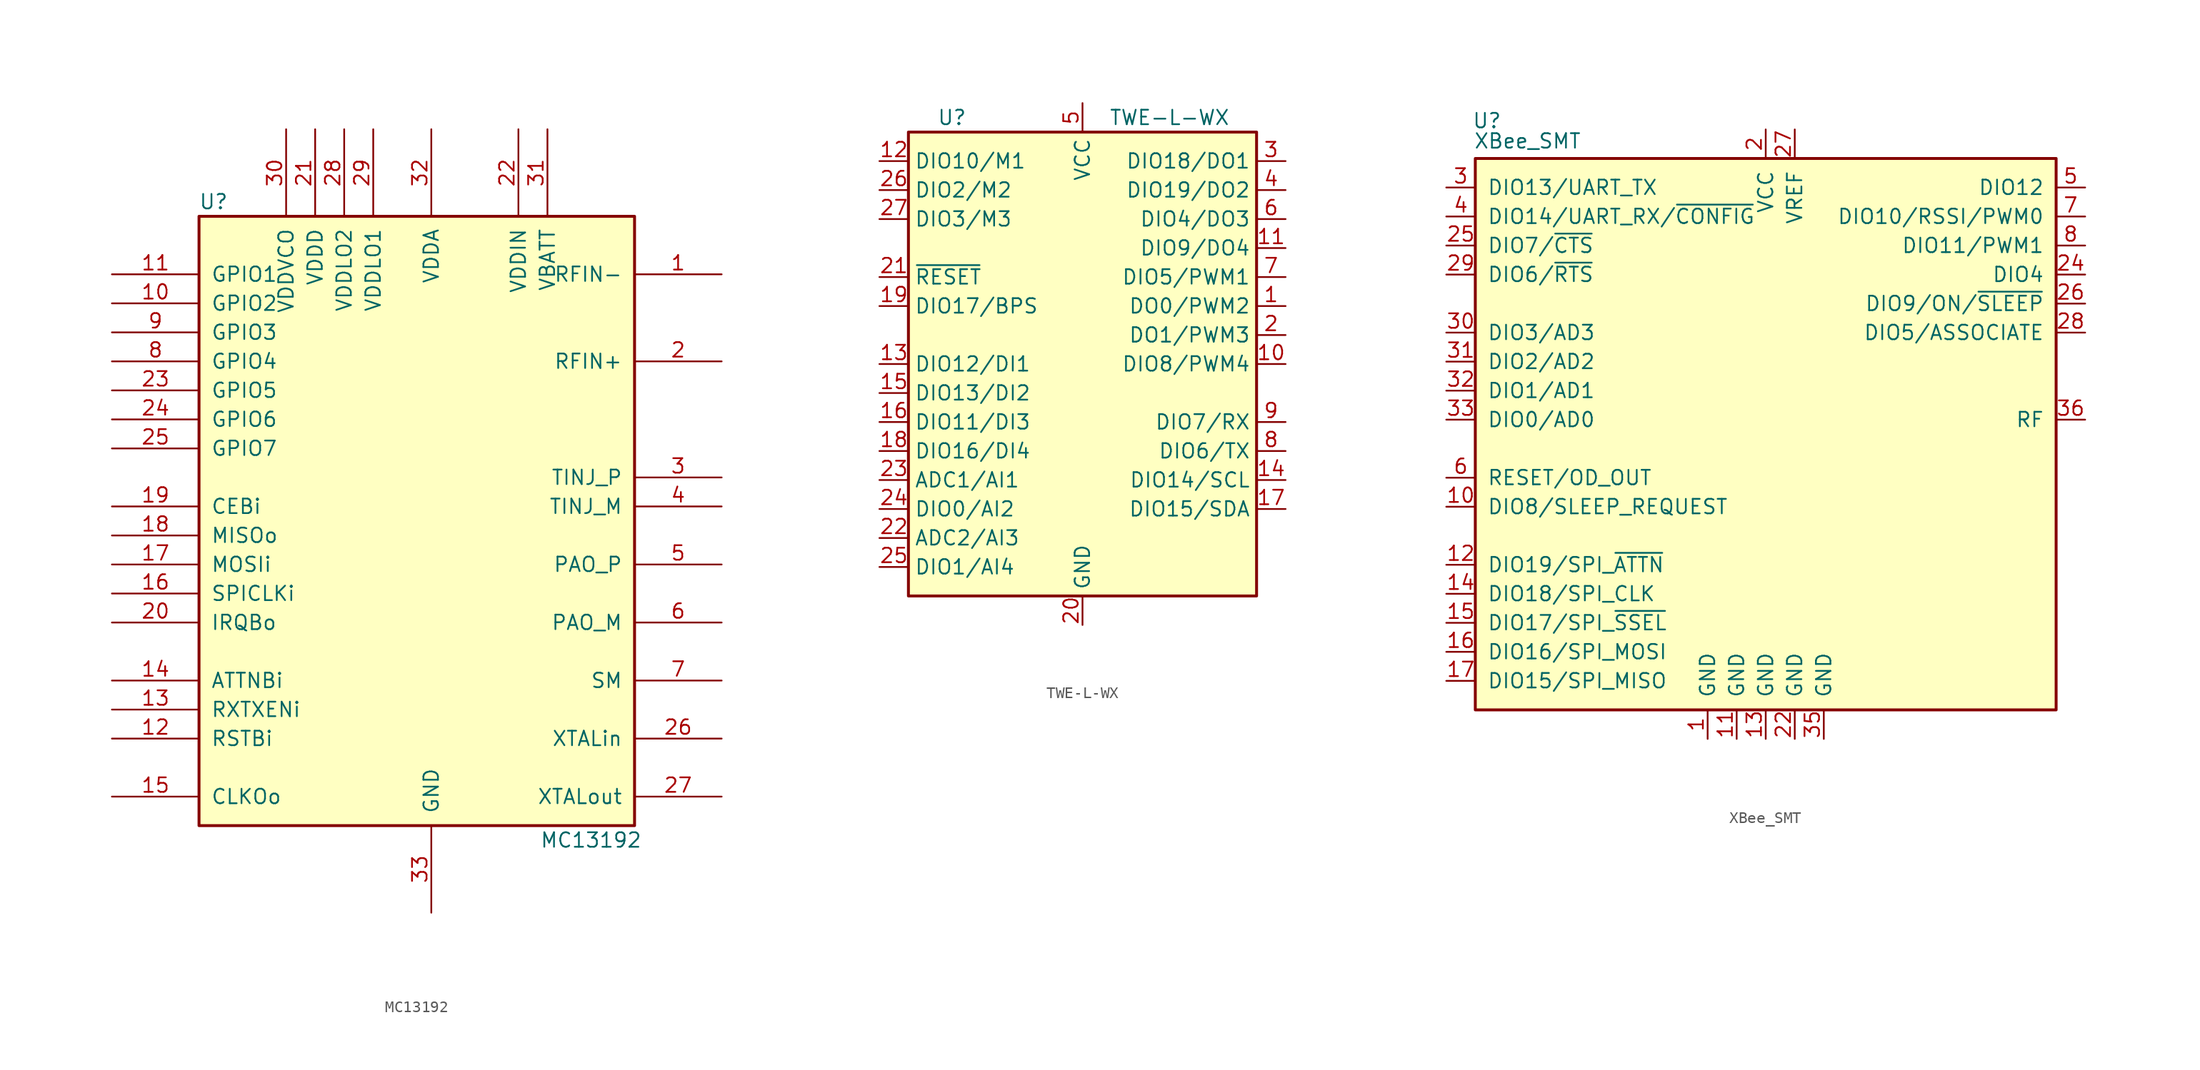
<source format=kicad_sym>
(kicad_symbol_lib
  (version 20201005)
  (generator kicad_symbol_editor)
  (symbol "MC13192"
    (pin_names
      (offset 1.016))
    (property "Reference" "U"
      (at -19.05 26.67 0)
      (effects (font (size 1.27 1.27))))
    (property "Value" "MC13192"
      (at 13.97 -29.21 0)
      (effects (font (size 1.27 1.27))))
    (symbol "MC13192_0_1"
      (rectangle (start -20.32 25.4) (end 17.78 -27.94) (stroke (width 0.254)) (fill (type background))))
    (symbol "MC13192_1_1"
      (pin input line (at 25.4 20.32 180) (length 7.62) (name "RFIN-" (effects (font (size 1.27 1.27)))) (number "1" (effects (font (size 1.27 1.27)))))
      (pin bidirectional line (at -27.94 17.78 0) (length 7.62) (name "GPIO2" (effects (font (size 1.27 1.27)))) (number "10" (effects (font (size 1.27 1.27)))))
      (pin bidirectional line (at -27.94 20.32 0) (length 7.62) (name "GPIO1" (effects (font (size 1.27 1.27)))) (number "11" (effects (font (size 1.27 1.27)))))
      (pin input line (at -27.94 -20.32 0) (length 7.62) (name "RSTBi" (effects (font (size 1.27 1.27)))) (number "12" (effects (font (size 1.27 1.27)))))
      (pin input line (at -27.94 -17.78 0) (length 7.62) (name "RXTXENi" (effects (font (size 1.27 1.27)))) (number "13" (effects (font (size 1.27 1.27)))))
      (pin input line (at -27.94 -15.24 0) (length 7.62) (name "ATTNBi" (effects (font (size 1.27 1.27)))) (number "14" (effects (font (size 1.27 1.27)))))
      (pin output line (at -27.94 -25.4 0) (length 7.62) (name "CLKOo" (effects (font (size 1.27 1.27)))) (number "15" (effects (font (size 1.27 1.27)))))
      (pin input line (at -27.94 -7.62 0) (length 7.62) (name "SPICLKi" (effects (font (size 1.27 1.27)))) (number "16" (effects (font (size 1.27 1.27)))))
      (pin input line (at -27.94 -5.08 0) (length 7.62) (name "MOSIi" (effects (font (size 1.27 1.27)))) (number "17" (effects (font (size 1.27 1.27)))))
      (pin tri_state line (at -27.94 -2.54 0) (length 7.62) (name "MISOo" (effects (font (size 1.27 1.27)))) (number "18" (effects (font (size 1.27 1.27)))))
      (pin input line (at -27.94 0 0) (length 7.62) (name "CEBi" (effects (font (size 1.27 1.27)))) (number "19" (effects (font (size 1.27 1.27)))))
      (pin input line (at 25.4 12.7 180) (length 7.62) (name "RFIN+" (effects (font (size 1.27 1.27)))) (number "2" (effects (font (size 1.27 1.27)))))
      (pin open_collector line (at -27.94 -10.16 0) (length 7.62) (name "IRQBo" (effects (font (size 1.27 1.27)))) (number "20" (effects (font (size 1.27 1.27)))))
      (pin power_out line (at -10.16 33.02 270) (length 7.62) (name "VDDD" (effects (font (size 1.27 1.27)))) (number "21" (effects (font (size 1.27 1.27)))))
      (pin power_in line (at 7.62 33.02 270) (length 7.62) (name "VDDIN" (effects (font (size 1.27 1.27)))) (number "22" (effects (font (size 1.27 1.27)))))
      (pin bidirectional line (at -27.94 10.16 0) (length 7.62) (name "GPIO5" (effects (font (size 1.27 1.27)))) (number "23" (effects (font (size 1.27 1.27)))))
      (pin bidirectional line (at -27.94 7.62 0) (length 7.62) (name "GPIO6" (effects (font (size 1.27 1.27)))) (number "24" (effects (font (size 1.27 1.27)))))
      (pin bidirectional line (at -27.94 5.08 0) (length 7.62) (name "GPIO7" (effects (font (size 1.27 1.27)))) (number "25" (effects (font (size 1.27 1.27)))))
      (pin input line (at 25.4 -20.32 180) (length 7.62) (name "XTALin" (effects (font (size 1.27 1.27)))) (number "26" (effects (font (size 1.27 1.27)))))
      (pin output line (at 25.4 -25.4 180) (length 7.62) (name "XTALout" (effects (font (size 1.27 1.27)))) (number "27" (effects (font (size 1.27 1.27)))))
      (pin power_in line (at -7.62 33.02 270) (length 7.62) (name "VDDLO2" (effects (font (size 1.27 1.27)))) (number "28" (effects (font (size 1.27 1.27)))))
      (pin power_in line (at -5.08 33.02 270) (length 7.62) (name "VDDLO1" (effects (font (size 1.27 1.27)))) (number "29" (effects (font (size 1.27 1.27)))))
      (pin input line (at 25.4 2.54 180) (length 7.62) (name "TINJ_P" (effects (font (size 1.27 1.27)))) (number "3" (effects (font (size 1.27 1.27)))))
      (pin power_out line (at -12.7 33.02 270) (length 7.62) (name "VDDVCO" (effects (font (size 1.27 1.27)))) (number "30" (effects (font (size 1.27 1.27)))))
      (pin input line (at 10.16 33.02 270) (length 7.62) (name "VBATT" (effects (font (size 1.27 1.27)))) (number "31" (effects (font (size 1.27 1.27)))))
      (pin power_out line (at 0 33.02 270) (length 7.62) (name "VDDA" (effects (font (size 1.27 1.27)))) (number "32" (effects (font (size 1.27 1.27)))))
      (pin power_in line (at 0 -35.56 90) (length 7.62) (name "GND" (effects (font (size 1.27 1.27)))) (number "33" (effects (font (size 1.27 1.27)))))
      (pin input line (at 25.4 0 180) (length 7.62) (name "TINJ_M" (effects (font (size 1.27 1.27)))) (number "4" (effects (font (size 1.27 1.27)))))
      (pin open_collector line (at 25.4 -5.08 180) (length 7.62) (name "PAO_P" (effects (font (size 1.27 1.27)))) (number "5" (effects (font (size 1.27 1.27)))))
      (pin open_collector line (at 25.4 -10.16 180) (length 7.62) (name "PAO_M" (effects (font (size 1.27 1.27)))) (number "6" (effects (font (size 1.27 1.27)))))
      (pin input line (at 25.4 -15.24 180) (length 7.62) (name "SM" (effects (font (size 1.27 1.27)))) (number "7" (effects (font (size 1.27 1.27)))))
      (pin bidirectional line (at -27.94 12.7 0) (length 7.62) (name "GPIO4" (effects (font (size 1.27 1.27)))) (number "8" (effects (font (size 1.27 1.27)))))
      (pin bidirectional line (at -27.94 15.24 0) (length 7.62) (name "GPIO3" (effects (font (size 1.27 1.27)))) (number "9" (effects (font (size 1.27 1.27)))))))
  (symbol "TWE-L-WX"
    (property "Reference" "U"
      (at -11.43 21.59 0)
      (effects (font (size 1.27 1.27))))
    (property "Value" "TWE-L-WX"
      (at 7.62 21.59 0)
      (effects (font (size 1.27 1.27))))
    (symbol "TWE-L-WX_1_0"
      (rectangle (start -15.24 -20.32) (end 15.24 20.32) (stroke (width 0.254)) (fill (type background))))
    (symbol "TWE-L-WX_1_1"
      (pin output line (at 17.78 5.08 180) (length 2.54) (name "DO0/PWM2" (effects (font (size 1.27 1.27)))) (number "1" (effects (font (size 1.27 1.27)))))
      (pin bidirectional line (at 17.78 0 180) (length 2.54) (name "DIO8/PWM4" (effects (font (size 1.27 1.27)))) (number "10" (effects (font (size 1.27 1.27)))))
      (pin bidirectional line (at 17.78 10.16 180) (length 2.54) (name "DIO9/DO4" (effects (font (size 1.27 1.27)))) (number "11" (effects (font (size 1.27 1.27)))))
      (pin bidirectional line (at -17.78 17.78 0) (length 2.54) (name "DIO10/M1" (effects (font (size 1.27 1.27)))) (number "12" (effects (font (size 1.27 1.27)))))
      (pin bidirectional line (at -17.78 0 0) (length 2.54) (name "DIO12/DI1" (effects (font (size 1.27 1.27)))) (number "13" (effects (font (size 1.27 1.27)))))
      (pin bidirectional line (at 17.78 -10.16 180) (length 2.54) (name "DIO14/SCL" (effects (font (size 1.27 1.27)))) (number "14" (effects (font (size 1.27 1.27)))))
      (pin bidirectional line (at -17.78 -2.54 0) (length 2.54) (name "DIO13/DI2" (effects (font (size 1.27 1.27)))) (number "15" (effects (font (size 1.27 1.27)))))
      (pin bidirectional line (at -17.78 -5.08 0) (length 2.54) (name "DIO11/DI3" (effects (font (size 1.27 1.27)))) (number "16" (effects (font (size 1.27 1.27)))))
      (pin bidirectional line (at 17.78 -12.7 180) (length 2.54) (name "DIO15/SDA" (effects (font (size 1.27 1.27)))) (number "17" (effects (font (size 1.27 1.27)))))
      (pin bidirectional line (at -17.78 -7.62 0) (length 2.54) (name "DIO16/DI4" (effects (font (size 1.27 1.27)))) (number "18" (effects (font (size 1.27 1.27)))))
      (pin bidirectional line (at -17.78 5.08 0) (length 2.54) (name "DIO17/BPS" (effects (font (size 1.27 1.27)))) (number "19" (effects (font (size 1.27 1.27)))))
      (pin bidirectional line (at 17.78 2.54 180) (length 2.54) (name "DO1/PWM3" (effects (font (size 1.27 1.27)))) (number "2" (effects (font (size 1.27 1.27)))))
      (pin power_in line (at 0 -22.86 90) (length 2.54) (name "GND" (effects (font (size 1.27 1.27)))) (number "20" (effects (font (size 1.27 1.27)))))
      (pin input line (at -17.78 7.62 0) (length 2.54) (name "~RESET" (effects (font (size 1.27 1.27)))) (number "21" (effects (font (size 1.27 1.27)))))
      (pin input line (at -17.78 -15.24 0) (length 2.54) (name "ADC2/AI3" (effects (font (size 1.27 1.27)))) (number "22" (effects (font (size 1.27 1.27)))))
      (pin input line (at -17.78 -10.16 0) (length 2.54) (name "ADC1/AI1" (effects (font (size 1.27 1.27)))) (number "23" (effects (font (size 1.27 1.27)))))
      (pin bidirectional line (at -17.78 -12.7 0) (length 2.54) (name "DIO0/AI2" (effects (font (size 1.27 1.27)))) (number "24" (effects (font (size 1.27 1.27)))))
      (pin bidirectional line (at -17.78 -17.78 0) (length 2.54) (name "DIO1/AI4" (effects (font (size 1.27 1.27)))) (number "25" (effects (font (size 1.27 1.27)))))
      (pin bidirectional line (at -17.78 15.24 0) (length 2.54) (name "DIO2/M2" (effects (font (size 1.27 1.27)))) (number "26" (effects (font (size 1.27 1.27)))))
      (pin bidirectional line (at -17.78 12.7 0) (length 2.54) (name "DIO3/M3" (effects (font (size 1.27 1.27)))) (number "27" (effects (font (size 1.27 1.27)))))
      (pin passive line (at 0 -22.86 90) (length 2.54) hide (name "GND" (effects (font (size 1.27 1.27)))) (number "28" (effects (font (size 1.27 1.27)))))
      (pin no_connect line (at 15.24 -17.78 180) (length 2.54) hide (name "NC" (effects (font (size 1.27 1.27)))) (number "29" (effects (font (size 1.27 1.27)))))
      (pin bidirectional line (at 17.78 17.78 180) (length 2.54) (name "DIO18/DO1" (effects (font (size 1.27 1.27)))) (number "3" (effects (font (size 1.27 1.27)))))
      (pin passive line (at 0 -22.86 90) (length 2.54) hide (name "GND" (effects (font (size 1.27 1.27)))) (number "30" (effects (font (size 1.27 1.27)))))
      (pin passive line (at 0 -22.86 90) (length 2.54) hide (name "GND" (effects (font (size 1.27 1.27)))) (number "31" (effects (font (size 1.27 1.27)))))
      (pin passive line (at 0 -22.86 90) (length 2.54) hide (name "GND" (effects (font (size 1.27 1.27)))) (number "32" (effects (font (size 1.27 1.27)))))
      (pin bidirectional line (at 17.78 15.24 180) (length 2.54) (name "DIO19/DO2" (effects (font (size 1.27 1.27)))) (number "4" (effects (font (size 1.27 1.27)))))
      (pin power_in line (at 0 22.86 270) (length 2.54) (name "VCC" (effects (font (size 1.27 1.27)))) (number "5" (effects (font (size 1.27 1.27)))))
      (pin bidirectional line (at 17.78 12.7 180) (length 2.54) (name "DIO4/DO3" (effects (font (size 1.27 1.27)))) (number "6" (effects (font (size 1.27 1.27)))))
      (pin bidirectional line (at 17.78 7.62 180) (length 2.54) (name "DIO5/PWM1" (effects (font (size 1.27 1.27)))) (number "7" (effects (font (size 1.27 1.27)))))
      (pin bidirectional line (at 17.78 -7.62 180) (length 2.54) (name "DIO6/TX" (effects (font (size 1.27 1.27)))) (number "8" (effects (font (size 1.27 1.27)))))
      (pin bidirectional line (at 17.78 -5.08 180) (length 2.54) (name "DIO7/RX" (effects (font (size 1.27 1.27)))) (number "9" (effects (font (size 1.27 1.27)))))))
  (symbol "XBee_SMT"
    (pin_names
      (offset 1.016))
    (property "Reference" "U"
      (at -24.384 26.162 0)
      (effects (font (size 1.27 1.27))))
    (property "Value" "XBee_SMT"
      (at -20.828 24.384 0)
      (effects (font (size 1.27 1.27))))
    (symbol "XBee_SMT_0_1"
      (rectangle (start -25.4 22.86) (end 25.4 -25.4) (stroke (width 0.254)) (fill (type background))))
    (symbol "XBee_SMT_1_1"
      (pin power_in line (at -5.08 -27.94 90) (length 2.54) (name "GND" (effects (font (size 1.27 1.27)))) (number "1" (effects (font (size 1.27 1.27)))))
      (pin bidirectional line (at -27.94 -7.62 0) (length 2.54) (name "DIO8/SLEEP_REQUEST" (effects (font (size 1.27 1.27)))) (number "10" (effects (font (size 1.27 1.27)))))
      (pin power_in line (at -2.54 -27.94 90) (length 2.54) (name "GND" (effects (font (size 1.27 1.27)))) (number "11" (effects (font (size 1.27 1.27)))))
      (pin output line (at -27.94 -12.7 0) (length 2.54) (name "DIO19/SPI_~ATTN" (effects (font (size 1.27 1.27)))) (number "12" (effects (font (size 1.27 1.27)))))
      (pin power_in line (at 0 -27.94 90) (length 2.54) (name "GND" (effects (font (size 1.27 1.27)))) (number "13" (effects (font (size 1.27 1.27)))))
      (pin input line (at -27.94 -15.24 0) (length 2.54) (name "DIO18/SPI_CLK" (effects (font (size 1.27 1.27)))) (number "14" (effects (font (size 1.27 1.27)))))
      (pin input line (at -27.94 -17.78 0) (length 2.54) (name "DIO17/SPI_~SSEL" (effects (font (size 1.27 1.27)))) (number "15" (effects (font (size 1.27 1.27)))))
      (pin input line (at -27.94 -20.32 0) (length 2.54) (name "DIO16/SPI_MOSI" (effects (font (size 1.27 1.27)))) (number "16" (effects (font (size 1.27 1.27)))))
      (pin output line (at -27.94 -22.86 0) (length 2.54) (name "DIO15/SPI_MISO" (effects (font (size 1.27 1.27)))) (number "17" (effects (font (size 1.27 1.27)))))
      (pin no_connect line (at 25.4 -20.32 180) (length 2.54) hide (name "NC" (effects (font (size 1.27 1.27)))) (number "18" (effects (font (size 1.27 1.27)))))
      (pin no_connect line (at 25.4 -17.78 180) (length 2.54) hide (name "NC" (effects (font (size 1.27 1.27)))) (number "19" (effects (font (size 1.27 1.27)))))
      (pin power_in line (at 0 25.4 270) (length 2.54) (name "VCC" (effects (font (size 1.27 1.27)))) (number "2" (effects (font (size 1.27 1.27)))))
      (pin no_connect line (at 25.4 -15.24 180) (length 2.54) hide (name "NC" (effects (font (size 1.27 1.27)))) (number "20" (effects (font (size 1.27 1.27)))))
      (pin no_connect line (at 25.4 -12.7 180) (length 2.54) hide (name "NC" (effects (font (size 1.27 1.27)))) (number "21" (effects (font (size 1.27 1.27)))))
      (pin power_in line (at 2.54 -27.94 90) (length 2.54) (name "GND" (effects (font (size 1.27 1.27)))) (number "22" (effects (font (size 1.27 1.27)))))
      (pin no_connect line (at 25.4 -10.16 180) (length 2.54) hide (name "NC" (effects (font (size 1.27 1.27)))) (number "23" (effects (font (size 1.27 1.27)))))
      (pin bidirectional line (at 27.94 12.7 180) (length 2.54) (name "DIO4" (effects (font (size 1.27 1.27)))) (number "24" (effects (font (size 1.27 1.27)))))
      (pin bidirectional line (at -27.94 15.24 0) (length 2.54) (name "DIO7/~CTS" (effects (font (size 1.27 1.27)))) (number "25" (effects (font (size 1.27 1.27)))))
      (pin bidirectional line (at 27.94 10.16 180) (length 2.54) (name "DIO9/ON/~SLEEP" (effects (font (size 1.27 1.27)))) (number "26" (effects (font (size 1.27 1.27)))))
      (pin input line (at 2.54 25.4 270) (length 2.54) (name "VREF" (effects (font (size 1.27 1.27)))) (number "27" (effects (font (size 1.27 1.27)))))
      (pin bidirectional line (at 27.94 7.62 180) (length 2.54) (name "DIO5/ASSOCIATE" (effects (font (size 1.27 1.27)))) (number "28" (effects (font (size 1.27 1.27)))))
      (pin bidirectional line (at -27.94 12.7 0) (length 2.54) (name "DIO6/~RTS" (effects (font (size 1.27 1.27)))) (number "29" (effects (font (size 1.27 1.27)))))
      (pin bidirectional line (at -27.94 20.32 0) (length 2.54) (name "DIO13/UART_TX" (effects (font (size 1.27 1.27)))) (number "3" (effects (font (size 1.27 1.27)))))
      (pin bidirectional line (at -27.94 7.62 0) (length 2.54) (name "DIO3/AD3" (effects (font (size 1.27 1.27)))) (number "30" (effects (font (size 1.27 1.27)))))
      (pin bidirectional line (at -27.94 5.08 0) (length 2.54) (name "DIO2/AD2" (effects (font (size 1.27 1.27)))) (number "31" (effects (font (size 1.27 1.27)))))
      (pin bidirectional line (at -27.94 2.54 0) (length 2.54) (name "DIO1/AD1" (effects (font (size 1.27 1.27)))) (number "32" (effects (font (size 1.27 1.27)))))
      (pin bidirectional line (at -27.94 0 0) (length 2.54) (name "DIO0/AD0" (effects (font (size 1.27 1.27)))) (number "33" (effects (font (size 1.27 1.27)))))
      (pin no_connect line (at 25.4 -7.62 180) (length 2.54) hide (name "NC" (effects (font (size 1.27 1.27)))) (number "34" (effects (font (size 1.27 1.27)))))
      (pin power_in line (at 5.08 -27.94 90) (length 2.54) (name "GND" (effects (font (size 1.27 1.27)))) (number "35" (effects (font (size 1.27 1.27)))))
      (pin bidirectional line (at 27.94 0 180) (length 2.54) (name "RF" (effects (font (size 1.27 1.27)))) (number "36" (effects (font (size 1.27 1.27)))))
      (pin no_connect line (at 25.4 -5.08 180) (length 2.54) hide (name "NC" (effects (font (size 1.27 1.27)))) (number "37" (effects (font (size 1.27 1.27)))))
      (pin bidirectional line (at -27.94 17.78 0) (length 2.54) (name "DIO14/UART_RX/~CONFIG" (effects (font (size 1.27 1.27)))) (number "4" (effects (font (size 1.27 1.27)))))
      (pin bidirectional line (at 27.94 20.32 180) (length 2.54) (name "DIO12" (effects (font (size 1.27 1.27)))) (number "5" (effects (font (size 1.27 1.27)))))
      (pin bidirectional line (at -27.94 -5.08 0) (length 2.54) (name "RESET/OD_OUT" (effects (font (size 1.27 1.27)))) (number "6" (effects (font (size 1.27 1.27)))))
      (pin bidirectional line (at 27.94 17.78 180) (length 2.54) (name "DIO10/RSSI/PWM0" (effects (font (size 1.27 1.27)))) (number "7" (effects (font (size 1.27 1.27)))))
      (pin bidirectional line (at 27.94 15.24 180) (length 2.54) (name "DIO11/PWM1" (effects (font (size 1.27 1.27)))) (number "8" (effects (font (size 1.27 1.27)))))
      (pin no_connect line (at 25.4 -22.86 180) (length 2.54) hide (name "NC" (effects (font (size 1.27 1.27)))) (number "9" (effects (font (size 1.27 1.27))))))))
</source>
